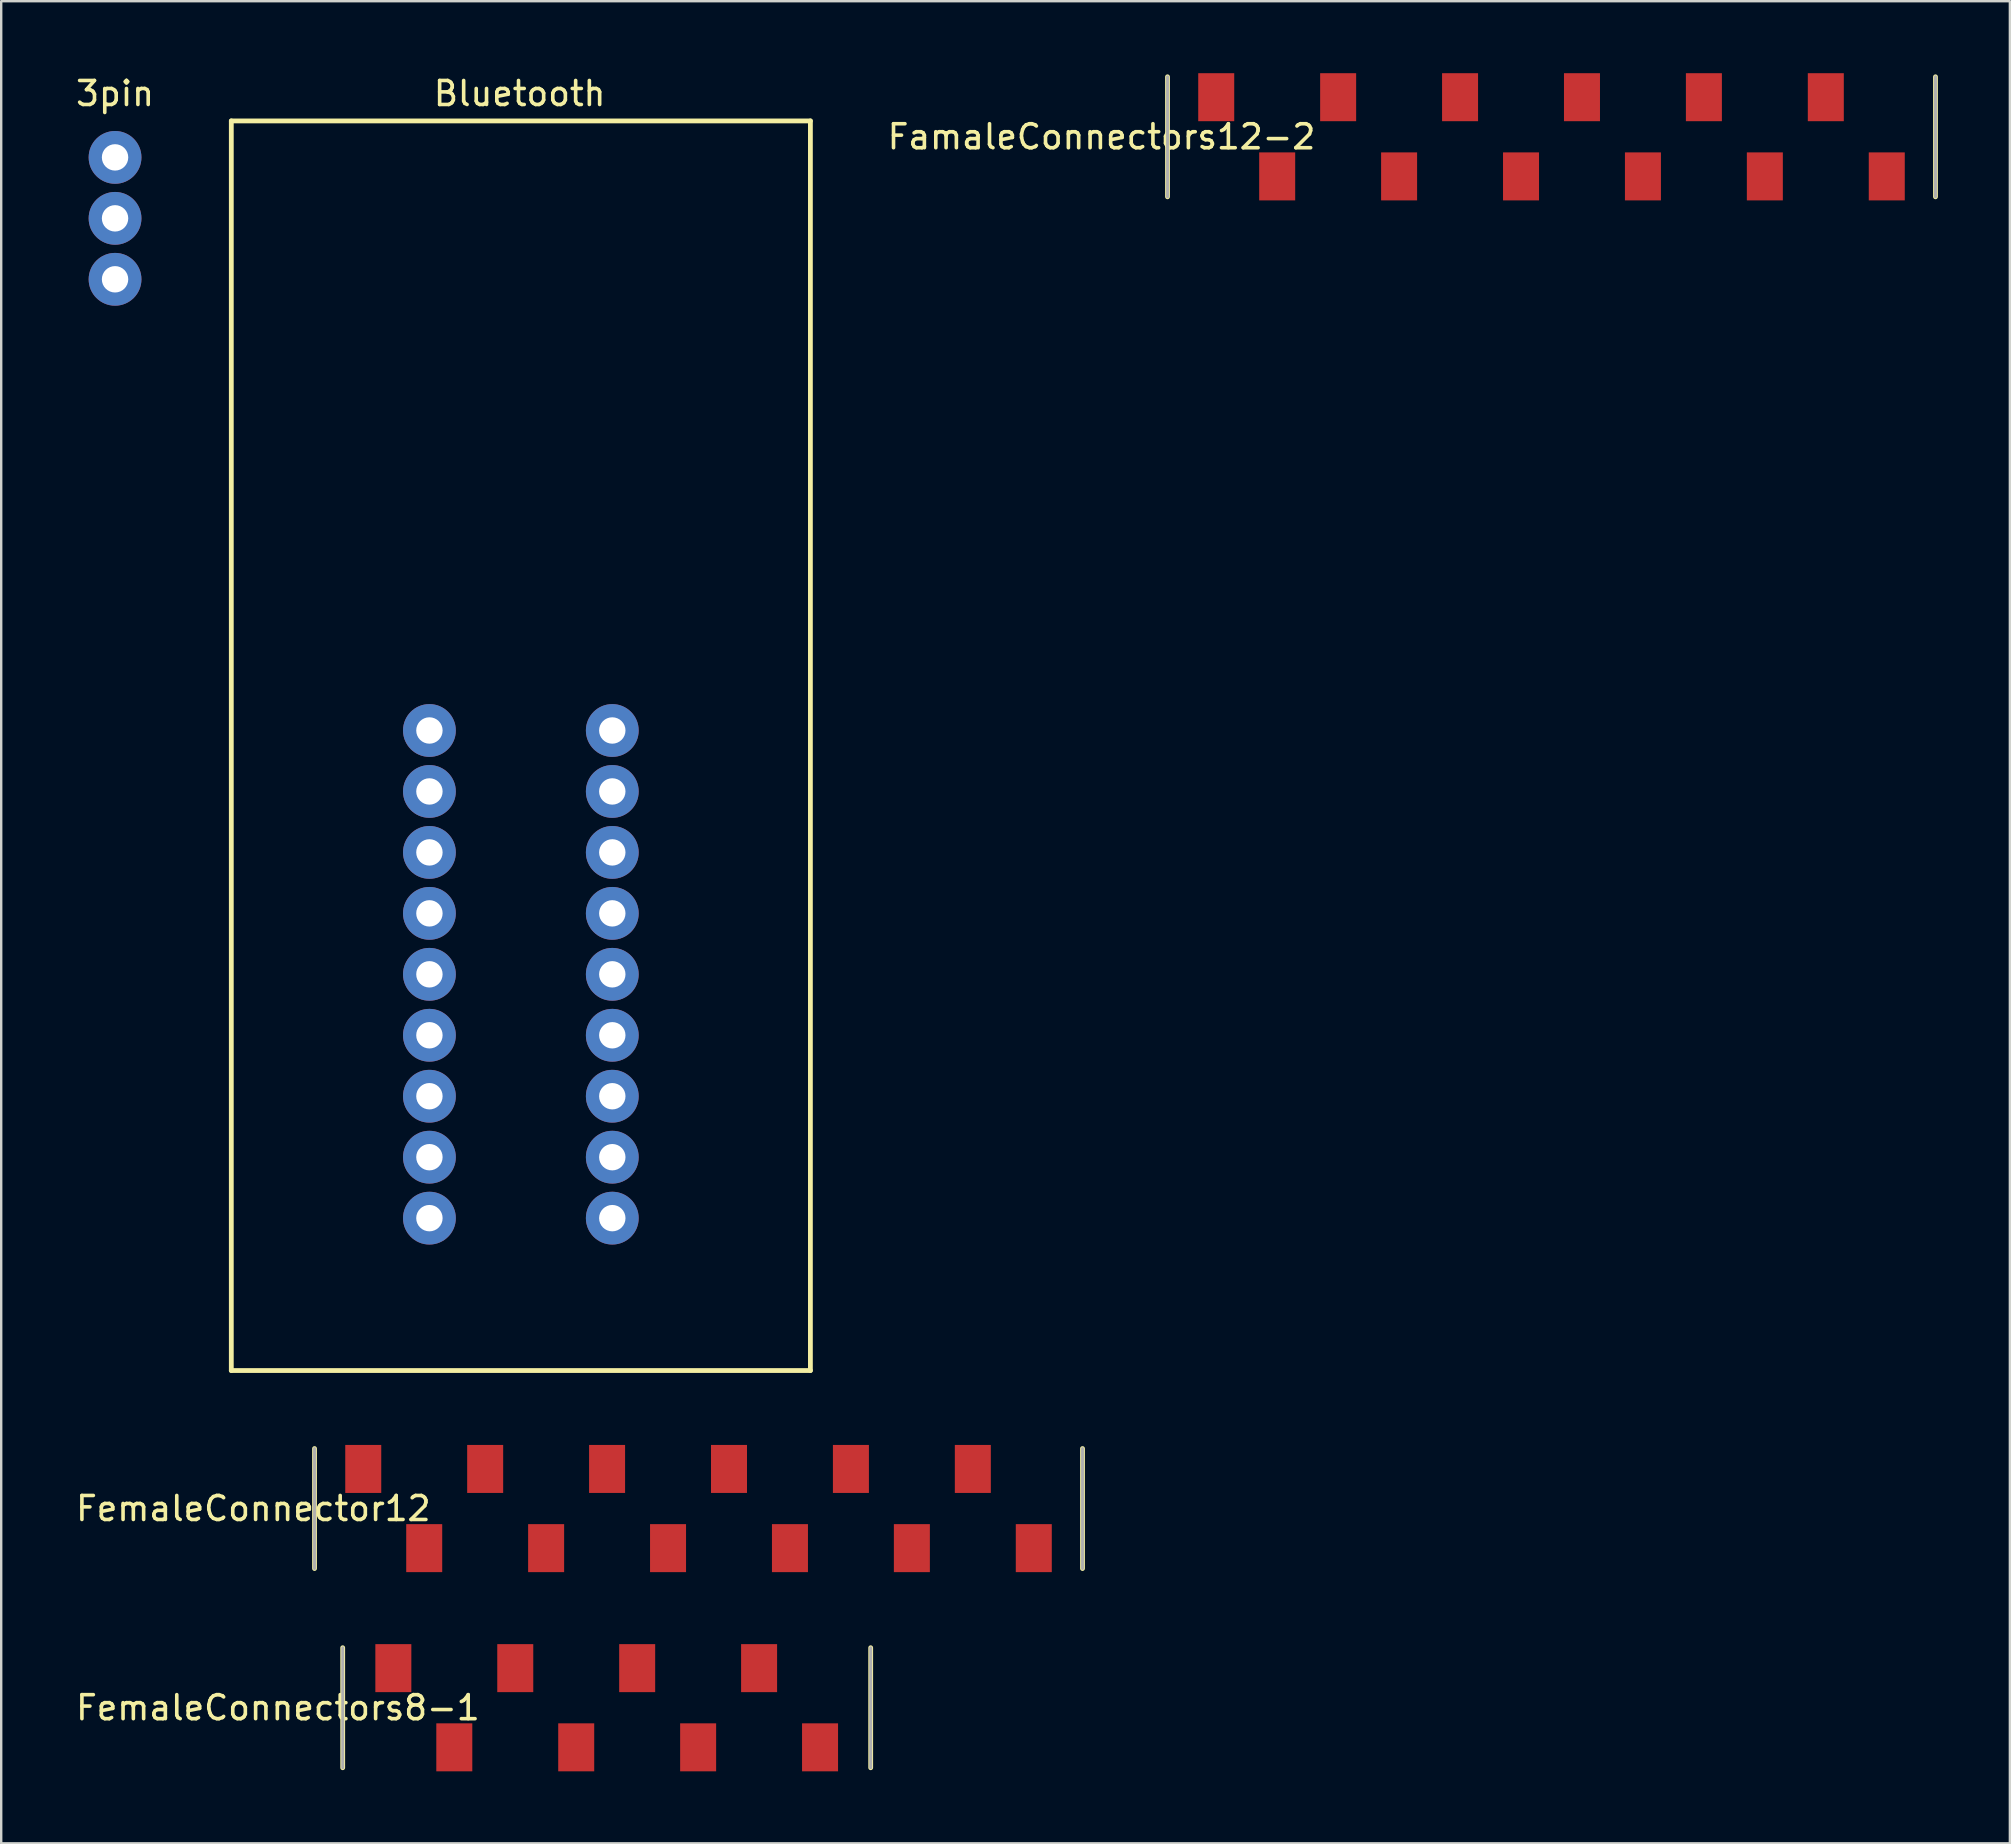
<source format=kicad_pcb>
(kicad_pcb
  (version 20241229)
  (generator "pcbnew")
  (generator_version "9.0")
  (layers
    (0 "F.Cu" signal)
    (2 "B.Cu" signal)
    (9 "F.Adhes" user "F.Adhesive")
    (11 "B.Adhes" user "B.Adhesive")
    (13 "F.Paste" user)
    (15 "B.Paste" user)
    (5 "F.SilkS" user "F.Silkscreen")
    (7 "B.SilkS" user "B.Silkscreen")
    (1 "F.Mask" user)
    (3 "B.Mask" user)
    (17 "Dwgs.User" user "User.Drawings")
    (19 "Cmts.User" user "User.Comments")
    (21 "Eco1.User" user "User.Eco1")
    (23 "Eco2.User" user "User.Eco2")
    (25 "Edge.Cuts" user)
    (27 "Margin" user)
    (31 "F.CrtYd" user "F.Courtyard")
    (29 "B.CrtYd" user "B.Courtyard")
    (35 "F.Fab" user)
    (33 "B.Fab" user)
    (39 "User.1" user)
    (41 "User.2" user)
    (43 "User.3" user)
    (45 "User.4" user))
  (footprint "FamaleConnectors12-2"
    (layer "F.Cu")
    (at 61.598 2.65)
    (property "Reference" "FamaleConnectors12-2" (at -18.75 0 0) (layer "F.SilkS") (effects (font (size 1 1) (thickness 0.15))))
    (attr through_hole)
    (fp_line (start -16 -2.5) (end -16 2.5) (stroke (width 0.2) (type solid)) (layer "F.SilkS"))
    (fp_line (start 16 -2.5) (end 16 2.5) (stroke (width 0.2) (type solid)) (layer "F.SilkS"))
    (fp_line (start -16 -2.5) (end -16 2.5) (stroke (width 0.12) (type solid)) (layer "F.Fab"))
    (fp_line (start 16 -2.5) (end 16 2.5) (stroke (width 0.12) (type solid)) (layer "F.Fab"))
    (pad "13" smd rect (at -13.97 -1.65) (size 1.5 2) (layers "F.Cu" "F.Mask" "F.Paste"))
    (pad "14" smd rect (at -11.43 1.65) (size 1.5 2) (layers "F.Cu" "F.Mask" "F.Paste"))
    (pad "15" smd rect (at -8.89 -1.65) (size 1.5 2) (layers "F.Cu" "F.Mask" "F.Paste"))
    (pad "16" smd rect (at -6.35 1.65) (size 1.5 2) (layers "F.Cu" "F.Mask" "F.Paste"))
    (pad "17" smd rect (at -3.81 -1.65) (size 1.5 2) (layers "F.Cu" "F.Mask" "F.Paste"))
    (pad "18" smd rect (at -1.27 1.65) (size 1.5 2) (layers "F.Cu" "F.Mask" "F.Paste"))
    (pad "19" smd rect (at 1.27 -1.65) (size 1.5 2) (layers "F.Cu" "F.Mask" "F.Paste"))
    (pad "20" smd rect (at 3.81 1.65) (size 1.5 2) (layers "F.Cu" "F.Mask" "F.Paste"))
    (pad "21" smd rect (at 6.35 -1.65) (size 1.5 2) (layers "F.Cu" "F.Mask" "F.Paste"))
    (pad "22" smd rect (at 8.89 1.65) (size 1.5 2) (layers "F.Cu" "F.Mask" "F.Paste"))
    (pad "23" smd rect (at 11.43 -1.65) (size 1.5 2) (layers "F.Cu" "F.Mask" "F.Paste"))
    (pad "24" smd rect (at 13.97 1.65) (size 1.5 2) (layers "F.Cu" "F.Mask" "F.Paste")))
  (footprint "3pin"
    (layer "F.Cu")
    (at 1.744 6.048)
    (property "Reference" "3pin" (at 0 -5.2 0) (layer "F.SilkS") (effects (font (size 1 1) (thickness 0.15))))
    (attr through_hole)
    (pad "1" thru_hole circle (at 0 -2.54) (size 2.2 2.2) (drill 1.1) (layers "*.Cu" "*.Mask"))
    (pad "2" thru_hole circle (at 0 0) (size 2.2 2.2) (drill 1.1) (layers "*.Cu" "*.Mask"))
    (pad "3" thru_hole circle (at 0 2.54) (size 2.2 2.2) (drill 1.1) (layers "*.Cu" "*.Mask")))
  (footprint "FemaleConnectors8-1"
    (layer "F.Cu")
    (at 22.23 68.108)
    (property "Reference" "FemaleConnectors8-1" (at -13.7 0 0) (layer "F.SilkS") (effects (font (size 1 1) (thickness 0.15))))
    (attr through_hole)
    (fp_line (start -11 -2.5) (end -11 2.5) (stroke (width 0.2) (type solid)) (layer "F.SilkS"))
    (fp_line (start 11 -2.5) (end 11 2.5) (stroke (width 0.2) (type solid)) (layer "F.SilkS"))
    (fp_line (start -11 -2.5) (end -11 2.5) (stroke (width 0.12) (type solid)) (layer "F.Fab"))
    (fp_line (start 11 -2.5) (end 11 2.5) (stroke (width 0.12) (type solid)) (layer "F.Fab"))
    (pad "1" smd rect (at -8.89 -1.65) (size 1.5 2) (layers "F.Cu" "F.Mask" "F.Paste"))
    (pad "2" smd rect (at -6.35 1.65) (size 1.5 2) (layers "F.Cu" "F.Mask" "F.Paste"))
    (pad "3" smd rect (at -3.81 -1.65) (size 1.5 2) (layers "F.Cu" "F.Mask" "F.Paste"))
    (pad "4" smd rect (at -1.27 1.65) (size 1.5 2) (layers "F.Cu" "F.Mask" "F.Paste"))
    (pad "5" smd rect (at 1.27 -1.65) (size 1.5 2) (layers "F.Cu" "F.Mask" "F.Paste"))
    (pad "6" smd rect (at 3.81 1.65) (size 1.5 2) (layers "F.Cu" "F.Mask" "F.Paste"))
    (pad "7" smd rect (at 6.35 -1.65) (size 1.5 2) (layers "F.Cu" "F.Mask" "F.Paste"))
    (pad "8" smd rect (at 8.89 1.65) (size 1.5 2) (layers "F.Cu" "F.Mask" "F.Paste")))
  (footprint "Bluetooth"
    (layer "F.Cu")
    (at 18.653 37.548)
    (property "Reference" "Bluetooth" (at -0.05 -36.7 0) (layer "F.SilkS") (effects (font (size 1 1) (thickness 0.15))))
    (attr through_hole)
    (fp_line (start -12.065 -35.56) (end -12.065 16.51) (stroke (width 0.2) (type solid)) (layer "F.SilkS"))
    (fp_line (start -12.065 -35.56) (end 12.065 -35.56) (stroke (width 0.2) (type solid)) (layer "F.SilkS"))
    (fp_line (start -12.065 16.51) (end 12.065 16.51) (stroke (width 0.2) (type solid)) (layer "F.SilkS"))
    (fp_line (start 12.065 -35.56) (end 12.065 16.51) (stroke (width 0.2) (type solid)) (layer "F.SilkS"))
    (pad "1" thru_hole circle (at 3.81 -10.16) (size 2.2 2.2) (drill 1.1) (layers "*.Cu" "*.Mask"))
    (pad "2" thru_hole circle (at 3.81 -7.62) (size 2.2 2.2) (drill 1.1) (layers "*.Cu" "*.Mask"))
    (pad "3" thru_hole circle (at 3.81 -5.08) (size 2.2 2.2) (drill 1.1) (layers "*.Cu" "*.Mask"))
    (pad "4" thru_hole circle (at 3.81 -2.54) (size 2.2 2.2) (drill 1.1) (layers "*.Cu" "*.Mask"))
    (pad "5" thru_hole circle (at 3.81 0) (size 2.2 2.2) (drill 1.1) (layers "*.Cu" "*.Mask"))
    (pad "6" thru_hole circle (at 3.81 2.54) (size 2.2 2.2) (drill 1.1) (layers "*.Cu" "*.Mask"))
    (pad "7" thru_hole circle (at 3.81 5.08) (size 2.2 2.2) (drill 1.1) (layers "*.Cu" "*.Mask"))
    (pad "8" thru_hole circle (at 3.81 7.62) (size 2.2 2.2) (drill 1.1) (layers "*.Cu" "*.Mask"))
    (pad "9" thru_hole circle (at 3.81 10.16) (size 2.2 2.2) (drill 1.1) (layers "*.Cu" "*.Mask"))
    (pad "10" thru_hole circle (at -3.81 -10.16) (size 2.2 2.2) (drill 1.1) (layers "*.Cu" "*.Mask"))
    (pad "11" thru_hole circle (at -3.81 -7.62) (size 2.2 2.2) (drill 1.1) (layers "*.Cu" "*.Mask"))
    (pad "12" thru_hole circle (at -3.81 -5.08) (size 2.2 2.2) (drill 1.1) (layers "*.Cu" "*.Mask"))
    (pad "13" thru_hole circle (at -3.81 -2.54) (size 2.2 2.2) (drill 1.1) (layers "*.Cu" "*.Mask"))
    (pad "14" thru_hole circle (at -3.81 0) (size 2.2 2.2) (drill 1.1) (layers "*.Cu" "*.Mask"))
    (pad "15" thru_hole circle (at -3.81 2.54) (size 2.2 2.2) (drill 1.1) (layers "*.Cu" "*.Mask"))
    (pad "16" thru_hole circle (at -3.81 5.08) (size 2.2 2.2) (drill 1.1) (layers "*.Cu" "*.Mask"))
    (pad "17" thru_hole circle (at -3.81 7.62) (size 2.2 2.2) (drill 1.1) (layers "*.Cu" "*.Mask"))
    (pad "18" thru_hole circle (at -3.81 10.16) (size 2.2 2.2) (drill 1.1) (layers "*.Cu" "*.Mask")))
  (footprint "FemaleConnector12"
    (layer "F.Cu")
    (at 26.056 59.808)
    (property "Reference" "FemaleConnector12" (at -18.55 0 0) (layer "F.SilkS") (effects (font (size 1 1) (thickness 0.15))))
    (attr through_hole)
    (fp_line (start -16 -2.5) (end -16 2.5) (stroke (width 0.2) (type solid)) (layer "F.SilkS"))
    (fp_line (start 16 -2.5) (end 16 2.5) (stroke (width 0.2) (type solid)) (layer "F.SilkS"))
    (fp_line (start -16 -2.5) (end -16 2.5) (stroke (width 0.12) (type solid)) (layer "F.Fab"))
    (fp_line (start 16 -2.5) (end 16 2.5) (stroke (width 0.12) (type solid)) (layer "F.Fab"))
    (pad "1" smd rect (at -13.97 -1.65) (size 1.5 2) (layers "F.Cu" "F.Mask" "F.Paste"))
    (pad "2" smd rect (at -11.43 1.65) (size 1.5 2) (layers "F.Cu" "F.Mask" "F.Paste"))
    (pad "3" smd rect (at -8.89 -1.65) (size 1.5 2) (layers "F.Cu" "F.Mask" "F.Paste"))
    (pad "4" smd rect (at -6.35 1.65) (size 1.5 2) (layers "F.Cu" "F.Mask" "F.Paste"))
    (pad "5" smd rect (at -3.81 -1.65) (size 1.5 2) (layers "F.Cu" "F.Mask" "F.Paste"))
    (pad "6" smd rect (at -1.27 1.65) (size 1.5 2) (layers "F.Cu" "F.Mask" "F.Paste"))
    (pad "7" smd rect (at 1.27 -1.65) (size 1.5 2) (layers "F.Cu" "F.Mask" "F.Paste"))
    (pad "8" smd rect (at 3.81 1.65) (size 1.5 2) (layers "F.Cu" "F.Mask" "F.Paste"))
    (pad "9" smd rect (at 6.35 -1.65) (size 1.5 2) (layers "F.Cu" "F.Mask" "F.Paste"))
    (pad "10" smd rect (at 8.89 1.65) (size 1.5 2) (layers "F.Cu" "F.Mask" "F.Paste"))
    (pad "11" smd rect (at 11.43 -1.65) (size 1.5 2) (layers "F.Cu" "F.Mask" "F.Paste"))
    (pad "12" smd rect (at 13.97 1.65) (size 1.5 2) (layers "F.Cu" "F.Mask" "F.Paste")))
  (gr_rect
    (start -3 -3)
    (end 80.698 73.758)
    (stroke (width 0.1) (type default))
    (fill no)
    (layer "Edge.Cuts")))
</source>
